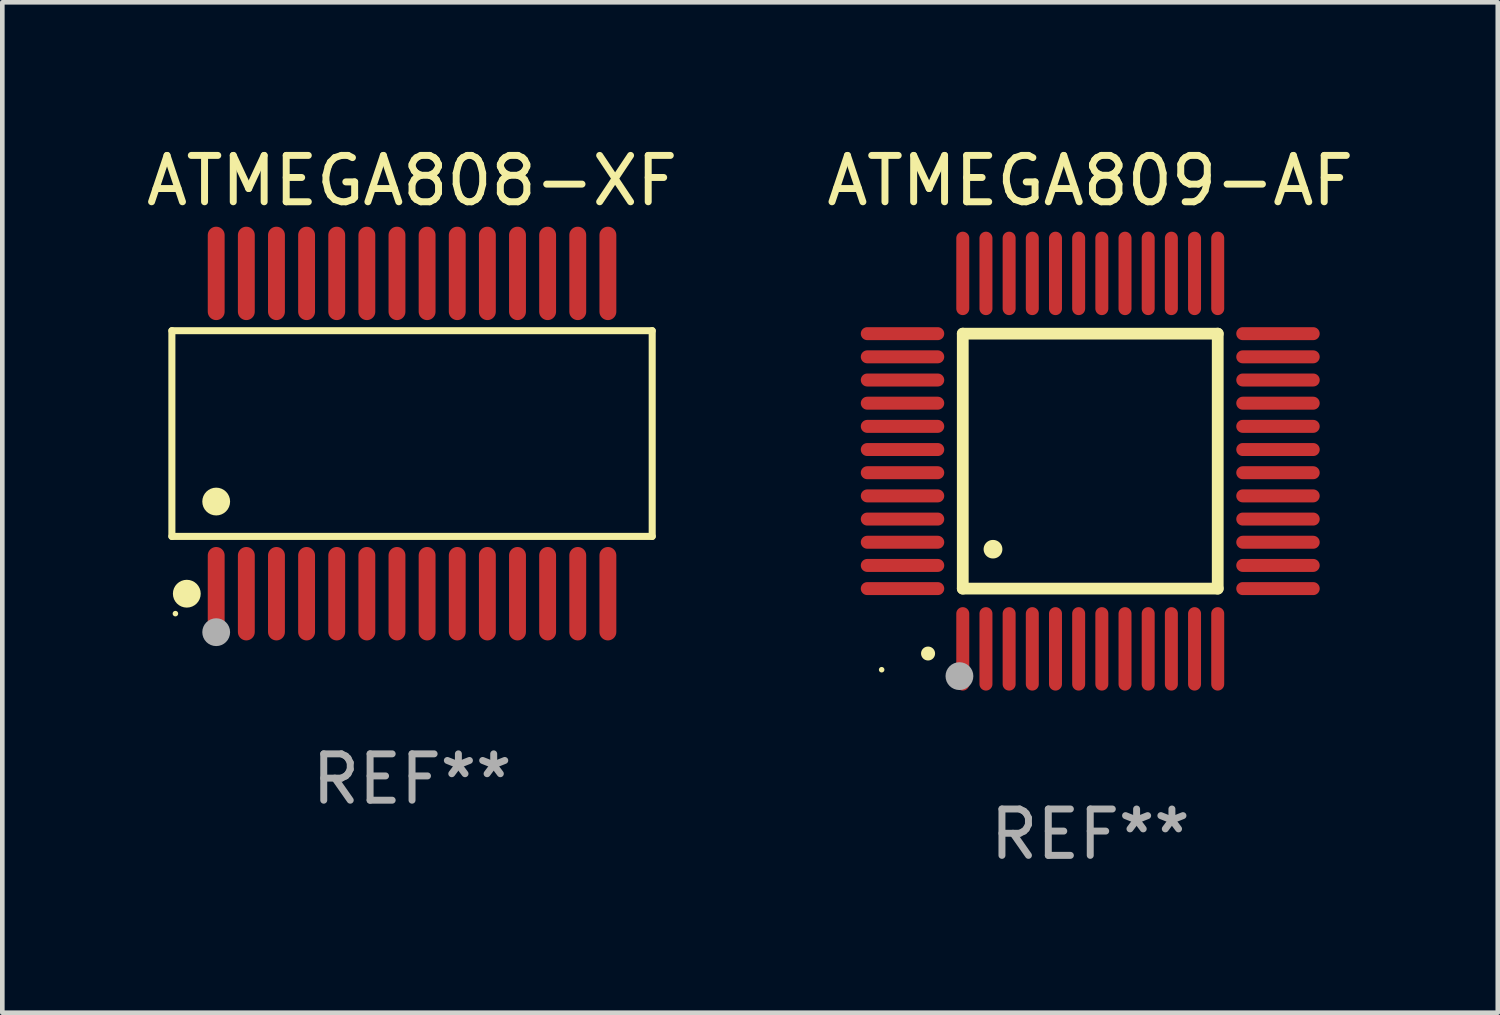
<source format=kicad_pcb>
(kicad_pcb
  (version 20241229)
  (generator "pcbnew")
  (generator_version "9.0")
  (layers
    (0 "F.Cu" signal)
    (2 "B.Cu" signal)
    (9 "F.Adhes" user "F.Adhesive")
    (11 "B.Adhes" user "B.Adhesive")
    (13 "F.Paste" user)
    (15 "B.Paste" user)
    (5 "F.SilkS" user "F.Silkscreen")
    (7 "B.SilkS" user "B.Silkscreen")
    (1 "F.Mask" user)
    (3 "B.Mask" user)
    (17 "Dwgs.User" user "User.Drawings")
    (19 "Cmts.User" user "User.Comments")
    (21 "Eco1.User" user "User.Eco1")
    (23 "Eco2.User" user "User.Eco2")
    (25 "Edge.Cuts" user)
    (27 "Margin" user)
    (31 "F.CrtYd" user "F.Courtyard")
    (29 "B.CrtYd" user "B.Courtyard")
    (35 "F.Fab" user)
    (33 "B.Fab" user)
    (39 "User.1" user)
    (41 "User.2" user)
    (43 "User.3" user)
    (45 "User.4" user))
  (footprint "ATMEGA809-AF"
    (layer "F.Cu")
    (at 20.47 6.898)
    (property "Reference" "ATMEGA809-AF" (at 0 -6.05 0) (layer "F.SilkS") (effects (font (size 1 1) (thickness 0.15))))
    (attr through_hole)
    (fp_line (start -2.75 -2.75) (end 2.75 -2.75) (stroke (width 0.254) (type solid)) (layer "F.SilkS"))
    (fp_line (start -2.75 2.75) (end -2.75 -2.75) (stroke (width 0.254) (type solid)) (layer "F.SilkS"))
    (fp_line (start 2.75 -2.75) (end 2.75 2.75) (stroke (width 0.254) (type solid)) (layer "F.SilkS"))
    (fp_line (start 2.75 2.75) (end -2.75 2.75) (stroke (width 0.254) (type solid)) (layer "F.SilkS"))
    (fp_arc (start -3.500127 4.150368) (mid -3.498857 4.150363) (end -3.497587 4.150368) (stroke (width 0.3) (type solid)) (layer "F.SilkS"))
    (fp_arc (start -2.100584 1.899924) (mid -2.098044 1.899908) (end -2.095504 1.899924) (stroke (width 0.4) (type solid)) (layer "F.SilkS"))
    (fp_circle (center -4.5 4.5) (end -4.47 4.5) (stroke (width 0.06) (type solid)) (fill no) (layer "F.SilkS"))
    (fp_circle (center -2.822 4.638) (end -2.672 4.638) (stroke (width 0.3) (type solid)) (fill no) (layer "F.Fab"))
    (fp_text user "REF**" (at 0 8.05 0) (layer "F.Fab") (effects (font (size 1 1) (thickness 0.15))))
    (pad "1" smd oval (at -2.75 4.05) (size 0.28 1.8) (layers "F.Cu" "F.Mask" "F.Paste"))
    (pad "2" smd oval (at -2.25 4.05) (size 0.28 1.8) (layers "F.Cu" "F.Mask" "F.Paste"))
    (pad "3" smd oval (at -1.75 4.05) (size 0.28 1.8) (layers "F.Cu" "F.Mask" "F.Paste"))
    (pad "4" smd oval (at -1.25 4.05) (size 0.28 1.8) (layers "F.Cu" "F.Mask" "F.Paste"))
    (pad "5" smd oval (at -0.75 4.05) (size 0.28 1.8) (layers "F.Cu" "F.Mask" "F.Paste"))
    (pad "6" smd oval (at -0.25 4.05) (size 0.28 1.8) (layers "F.Cu" "F.Mask" "F.Paste"))
    (pad "7" smd oval (at 0.25 4.05) (size 0.28 1.8) (layers "F.Cu" "F.Mask" "F.Paste"))
    (pad "8" smd oval (at 0.75 4.05) (size 0.28 1.8) (layers "F.Cu" "F.Mask" "F.Paste"))
    (pad "9" smd oval (at 1.25 4.05) (size 0.28 1.8) (layers "F.Cu" "F.Mask" "F.Paste"))
    (pad "10" smd oval (at 1.75 4.05) (size 0.28 1.8) (layers "F.Cu" "F.Mask" "F.Paste"))
    (pad "11" smd oval (at 2.25 4.05) (size 0.28 1.8) (layers "F.Cu" "F.Mask" "F.Paste"))
    (pad "12" smd oval (at 2.75 4.05) (size 0.28 1.8) (layers "F.Cu" "F.Mask" "F.Paste"))
    (pad "13" smd oval (at 4.05 2.75) (size 1.8 0.28) (layers "F.Cu" "F.Mask" "F.Paste"))
    (pad "14" smd oval (at 4.05 2.25) (size 1.8 0.28) (layers "F.Cu" "F.Mask" "F.Paste"))
    (pad "15" smd oval (at 4.05 1.75) (size 1.8 0.28) (layers "F.Cu" "F.Mask" "F.Paste"))
    (pad "16" smd oval (at 4.05 1.25) (size 1.8 0.28) (layers "F.Cu" "F.Mask" "F.Paste"))
    (pad "17" smd oval (at 4.05 0.75) (size 1.8 0.28) (layers "F.Cu" "F.Mask" "F.Paste"))
    (pad "18" smd oval (at 4.05 0.25) (size 1.8 0.28) (layers "F.Cu" "F.Mask" "F.Paste"))
    (pad "19" smd oval (at 4.05 -0.25) (size 1.8 0.28) (layers "F.Cu" "F.Mask" "F.Paste"))
    (pad "20" smd oval (at 4.05 -0.75) (size 1.8 0.28) (layers "F.Cu" "F.Mask" "F.Paste"))
    (pad "21" smd oval (at 4.05 -1.25) (size 1.8 0.28) (layers "F.Cu" "F.Mask" "F.Paste"))
    (pad "22" smd oval (at 4.05 -1.75) (size 1.8 0.28) (layers "F.Cu" "F.Mask" "F.Paste"))
    (pad "23" smd oval (at 4.05 -2.25) (size 1.8 0.28) (layers "F.Cu" "F.Mask" "F.Paste"))
    (pad "24" smd oval (at 4.05 -2.75) (size 1.8 0.28) (layers "F.Cu" "F.Mask" "F.Paste"))
    (pad "25" smd oval (at 2.75 -4.05) (size 0.28 1.8) (layers "F.Cu" "F.Mask" "F.Paste"))
    (pad "26" smd oval (at 2.25 -4.05) (size 0.28 1.8) (layers "F.Cu" "F.Mask" "F.Paste"))
    (pad "27" smd oval (at 1.75 -4.05) (size 0.28 1.8) (layers "F.Cu" "F.Mask" "F.Paste"))
    (pad "28" smd oval (at 1.25 -4.05) (size 0.28 1.8) (layers "F.Cu" "F.Mask" "F.Paste"))
    (pad "29" smd oval (at 0.75 -4.05) (size 0.28 1.8) (layers "F.Cu" "F.Mask" "F.Paste"))
    (pad "30" smd oval (at 0.25 -4.05) (size 0.28 1.8) (layers "F.Cu" "F.Mask" "F.Paste"))
    (pad "31" smd oval (at -0.25 -4.05) (size 0.28 1.8) (layers "F.Cu" "F.Mask" "F.Paste"))
    (pad "32" smd oval (at -0.75 -4.05) (size 0.28 1.8) (layers "F.Cu" "F.Mask" "F.Paste"))
    (pad "33" smd oval (at -1.25 -4.05) (size 0.28 1.8) (layers "F.Cu" "F.Mask" "F.Paste"))
    (pad "34" smd oval (at -1.75 -4.05) (size 0.28 1.8) (layers "F.Cu" "F.Mask" "F.Paste"))
    (pad "35" smd oval (at -2.25 -4.05) (size 0.28 1.8) (layers "F.Cu" "F.Mask" "F.Paste"))
    (pad "36" smd oval (at -2.75 -4.05) (size 0.28 1.8) (layers "F.Cu" "F.Mask" "F.Paste"))
    (pad "37" smd oval (at -4.05 -2.75) (size 1.8 0.28) (layers "F.Cu" "F.Mask" "F.Paste"))
    (pad "38" smd oval (at -4.05 -2.25) (size 1.8 0.28) (layers "F.Cu" "F.Mask" "F.Paste"))
    (pad "39" smd oval (at -4.05 -1.75) (size 1.8 0.28) (layers "F.Cu" "F.Mask" "F.Paste"))
    (pad "40" smd oval (at -4.05 -1.25) (size 1.8 0.28) (layers "F.Cu" "F.Mask" "F.Paste"))
    (pad "41" smd oval (at -4.05 -0.75) (size 1.8 0.28) (layers "F.Cu" "F.Mask" "F.Paste"))
    (pad "42" smd oval (at -4.05 -0.25) (size 1.8 0.28) (layers "F.Cu" "F.Mask" "F.Paste"))
    (pad "43" smd oval (at -4.05 0.25) (size 1.8 0.28) (layers "F.Cu" "F.Mask" "F.Paste"))
    (pad "44" smd oval (at -4.05 0.75) (size 1.8 0.28) (layers "F.Cu" "F.Mask" "F.Paste"))
    (pad "45" smd oval (at -4.05 1.25) (size 1.8 0.28) (layers "F.Cu" "F.Mask" "F.Paste"))
    (pad "46" smd oval (at -4.05 1.75) (size 1.8 0.28) (layers "F.Cu" "F.Mask" "F.Paste"))
    (pad "47" smd oval (at -4.05 2.25) (size 1.8 0.28) (layers "F.Cu" "F.Mask" "F.Paste"))
    (pad "48" smd oval (at -4.05 2.75) (size 1.8 0.28) (layers "F.Cu" "F.Mask" "F.Paste")))
  (footprint "ATMEGA808-XF"
    (layer "F.Cu")
    (at 5.839 6.303)
    (property "Reference" "ATMEGA808-XF" (at 0 -5.455 0) (layer "F.SilkS") (effects (font (size 1 1) (thickness 0.15))))
    (attr through_hole)
    (fp_line (start -5.181 -2.219) (end 5.181 -2.219) (stroke (width 0.152) (type solid)) (layer "F.SilkS"))
    (fp_line (start -5.181 2.219) (end -5.181 -2.219) (stroke (width 0.152) (type solid)) (layer "F.SilkS"))
    (fp_line (start 5.181 -2.219) (end 5.181 2.219) (stroke (width 0.152) (type solid)) (layer "F.SilkS"))
    (fp_line (start 5.181 2.219) (end -5.181 2.219) (stroke (width 0.152) (type solid)) (layer "F.SilkS"))
    (fp_circle (center -5.105 3.885) (end -5.075 3.885) (stroke (width 0.06) (type solid)) (fill no) (layer "F.SilkS"))
    (fp_circle (center -4.859 3.455) (end -4.709 3.455) (stroke (width 0.3) (type solid)) (fill no) (layer "F.SilkS"))
    (fp_circle (center -4.225 1.467) (end -4.075 1.467) (stroke (width 0.3) (type solid)) (fill no) (layer "F.SilkS"))
    (fp_circle (center -4.225 4.285) (end -4.075 4.285) (stroke (width 0.3) (type solid)) (fill no) (layer "F.Fab"))
    (fp_text user "REF**" (at 0 7.455 0) (layer "F.Fab") (effects (font (size 1 1) (thickness 0.15))))
    (pad "1" smd oval (at -4.225 3.455) (size 0.364 2.015) (layers "F.Cu" "F.Mask" "F.Paste"))
    (pad "2" smd oval (at -3.575 3.455) (size 0.364 2.015) (layers "F.Cu" "F.Mask" "F.Paste"))
    (pad "3" smd oval (at -2.925 3.455) (size 0.364 2.015) (layers "F.Cu" "F.Mask" "F.Paste"))
    (pad "4" smd oval (at -2.275 3.455) (size 0.364 2.015) (layers "F.Cu" "F.Mask" "F.Paste"))
    (pad "5" smd oval (at -1.625 3.455) (size 0.364 2.015) (layers "F.Cu" "F.Mask" "F.Paste"))
    (pad "6" smd oval (at -0.975 3.455) (size 0.364 2.015) (layers "F.Cu" "F.Mask" "F.Paste"))
    (pad "7" smd oval (at -0.325 3.455) (size 0.364 2.015) (layers "F.Cu" "F.Mask" "F.Paste"))
    (pad "8" smd oval (at 0.325 3.455) (size 0.364 2.015) (layers "F.Cu" "F.Mask" "F.Paste"))
    (pad "9" smd oval (at 0.975 3.455) (size 0.364 2.015) (layers "F.Cu" "F.Mask" "F.Paste"))
    (pad "10" smd oval (at 1.625 3.455) (size 0.364 2.015) (layers "F.Cu" "F.Mask" "F.Paste"))
    (pad "11" smd oval (at 2.275 3.455) (size 0.364 2.015) (layers "F.Cu" "F.Mask" "F.Paste"))
    (pad "12" smd oval (at 2.925 3.455) (size 0.364 2.015) (layers "F.Cu" "F.Mask" "F.Paste"))
    (pad "13" smd oval (at 3.575 3.455) (size 0.364 2.015) (layers "F.Cu" "F.Mask" "F.Paste"))
    (pad "14" smd oval (at 4.225 3.455) (size 0.364 2.015) (layers "F.Cu" "F.Mask" "F.Paste"))
    (pad "15" smd oval (at 4.225 -3.455) (size 0.364 2.015) (layers "F.Cu" "F.Mask" "F.Paste"))
    (pad "16" smd oval (at 3.575 -3.455) (size 0.364 2.015) (layers "F.Cu" "F.Mask" "F.Paste"))
    (pad "17" smd oval (at 2.925 -3.455) (size 0.364 2.015) (layers "F.Cu" "F.Mask" "F.Paste"))
    (pad "18" smd oval (at 2.275 -3.455) (size 0.364 2.015) (layers "F.Cu" "F.Mask" "F.Paste"))
    (pad "19" smd oval (at 1.625 -3.455) (size 0.364 2.015) (layers "F.Cu" "F.Mask" "F.Paste"))
    (pad "20" smd oval (at 0.975 -3.455) (size 0.364 2.015) (layers "F.Cu" "F.Mask" "F.Paste"))
    (pad "21" smd oval (at 0.325 -3.455) (size 0.364 2.015) (layers "F.Cu" "F.Mask" "F.Paste"))
    (pad "22" smd oval (at -0.325 -3.455) (size 0.364 2.015) (layers "F.Cu" "F.Mask" "F.Paste"))
    (pad "23" smd oval (at -0.975 -3.455) (size 0.364 2.015) (layers "F.Cu" "F.Mask" "F.Paste"))
    (pad "24" smd oval (at -1.625 -3.455) (size 0.364 2.015) (layers "F.Cu" "F.Mask" "F.Paste"))
    (pad "25" smd oval (at -2.275 -3.455) (size 0.364 2.015) (layers "F.Cu" "F.Mask" "F.Paste"))
    (pad "26" smd oval (at -2.925 -3.455) (size 0.364 2.015) (layers "F.Cu" "F.Mask" "F.Paste"))
    (pad "27" smd oval (at -3.575 -3.455) (size 0.364 2.015) (layers "F.Cu" "F.Mask" "F.Paste"))
    (pad "28" smd oval (at -4.225 -3.455) (size 0.364 2.015) (layers "F.Cu" "F.Mask" "F.Paste")))
  (gr_rect
    (start -3 -3)
    (end 29.262 18.797)
    (stroke (width 0.1) (type default))
    (fill no)
    (layer "Edge.Cuts")))
</source>
